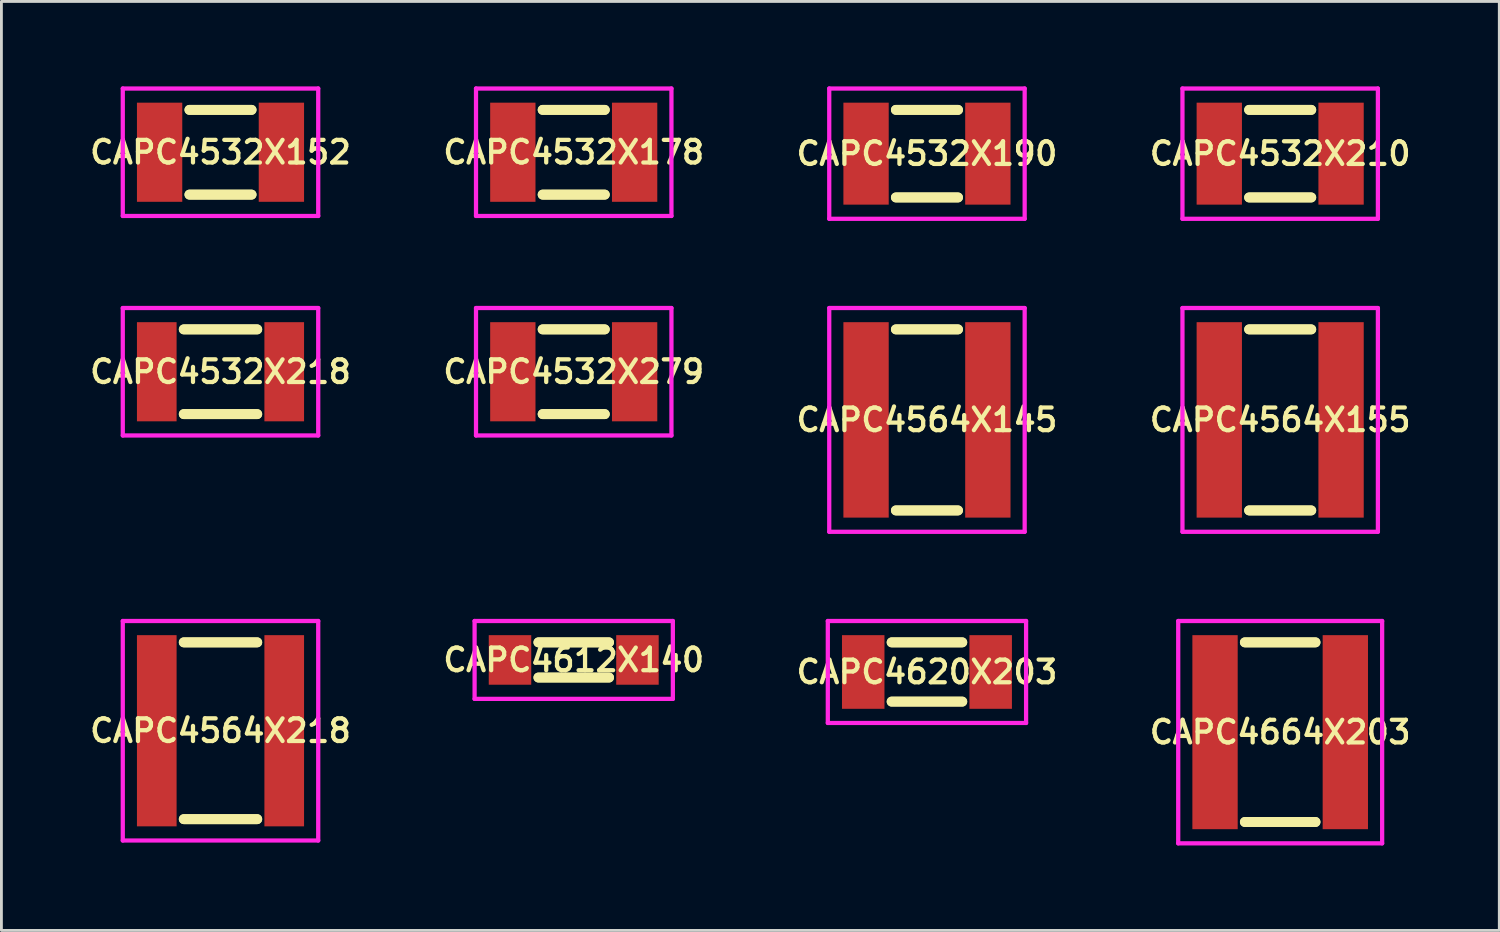
<source format=kicad_pcb>
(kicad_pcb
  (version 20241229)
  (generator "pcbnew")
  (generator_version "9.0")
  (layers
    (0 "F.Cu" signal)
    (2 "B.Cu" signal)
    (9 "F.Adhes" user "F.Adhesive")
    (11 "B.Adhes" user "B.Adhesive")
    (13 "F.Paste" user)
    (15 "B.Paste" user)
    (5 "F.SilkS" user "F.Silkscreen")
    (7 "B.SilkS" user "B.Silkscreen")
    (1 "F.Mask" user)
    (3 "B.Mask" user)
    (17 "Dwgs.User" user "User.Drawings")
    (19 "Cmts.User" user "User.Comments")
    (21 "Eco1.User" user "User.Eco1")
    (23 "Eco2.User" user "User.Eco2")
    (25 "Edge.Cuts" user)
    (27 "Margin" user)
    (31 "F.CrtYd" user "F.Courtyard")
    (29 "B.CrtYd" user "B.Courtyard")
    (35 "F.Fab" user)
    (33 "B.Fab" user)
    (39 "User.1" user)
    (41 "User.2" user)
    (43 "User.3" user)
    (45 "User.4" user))
  (footprint "CAPC4532X210"
    (layer "F.Cu")
    (at 42.148 2.375)
    (property "Reference" "CAPC4532X210" (at 0 0 0) (layer "F.SilkS") (effects (font (size 0.8 0.8) (thickness 0.15))))
    (attr smd)
    (fp_line (start -1.096 -1.546) (end 1.096 -1.546) (stroke (width 0.35) (type solid)) (layer "F.SilkS"))
    (fp_line (start -1.096 1.546) (end 1.096 1.546) (stroke (width 0.35) (type solid)) (layer "F.SilkS"))
    (fp_line (start 1.096 -1.546) (end -1.096 -1.546) (stroke (width 0.35) (type solid)) (layer "F.SilkS"))
    (fp_line (start 1.096 1.546) (end -1.096 1.546) (stroke (width 0.35) (type solid)) (layer "F.SilkS"))
    (fp_line (start -3.45 -2.3) (end 3.45 -2.3) (stroke (width 0.15) (type solid)) (layer "F.CrtYd"))
    (fp_line (start -3.45 2.3) (end -3.45 -2.3) (stroke (width 0.15) (type solid)) (layer "F.CrtYd"))
    (fp_line (start 3.45 -2.3) (end 3.45 2.3) (stroke (width 0.15) (type solid)) (layer "F.CrtYd"))
    (fp_line (start 3.45 2.3) (end -3.45 2.3) (stroke (width 0.15) (type solid)) (layer "F.CrtYd"))
    (pad "1" smd rect (at -2.15 0) (size 1.6 3.6) (layers "F.Cu" "F.Mask" "F.Paste"))
    (pad "2" smd rect (at 2.15 0) (size 1.6 3.6) (layers "F.Cu" "F.Mask" "F.Paste")))
  (footprint "CAPC4564X218"
    (layer "F.Cu")
    (at 4.735 22.75)
    (property "Reference" "CAPC4564X218" (at 0 0 0) (layer "F.SilkS") (effects (font (size 0.8 0.8) (thickness 0.15))))
    (attr smd)
    (fp_line (start -1.296 -3.121) (end 1.296 -3.121) (stroke (width 0.35) (type solid)) (layer "F.SilkS"))
    (fp_line (start -1.296 3.121) (end 1.296 3.121) (stroke (width 0.35) (type solid)) (layer "F.SilkS"))
    (fp_line (start 1.296 -3.121) (end -1.296 -3.121) (stroke (width 0.35) (type solid)) (layer "F.SilkS"))
    (fp_line (start 1.296 3.121) (end -1.296 3.121) (stroke (width 0.35) (type solid)) (layer "F.SilkS"))
    (fp_line (start -3.45 -3.875) (end 3.45 -3.875) (stroke (width 0.15) (type solid)) (layer "F.CrtYd"))
    (fp_line (start -3.45 3.875) (end -3.45 -3.875) (stroke (width 0.15) (type solid)) (layer "F.CrtYd"))
    (fp_line (start 3.45 -3.875) (end 3.45 3.875) (stroke (width 0.15) (type solid)) (layer "F.CrtYd"))
    (fp_line (start 3.45 3.875) (end -3.45 3.875) (stroke (width 0.15) (type solid)) (layer "F.CrtYd"))
    (pad "1" smd rect (at -2.25 0) (size 1.4 6.75) (layers "F.Cu" "F.Mask" "F.Paste"))
    (pad "2" smd rect (at 2.25 0) (size 1.4 6.75) (layers "F.Cu" "F.Mask" "F.Paste")))
  (footprint "CAPC4612X140"
    (layer "F.Cu")
    (at 17.206 20.25)
    (property "Reference" "CAPC4612X140" (at 0 0 0) (layer "F.SilkS") (effects (font (size 0.8 0.8) (thickness 0.15))))
    (attr smd)
    (fp_line (start -1.246 -0.621) (end 1.246 -0.621) (stroke (width 0.35) (type solid)) (layer "F.SilkS"))
    (fp_line (start -1.246 0.621) (end 1.246 0.621) (stroke (width 0.35) (type solid)) (layer "F.SilkS"))
    (fp_line (start 1.246 -0.621) (end -1.246 -0.621) (stroke (width 0.35) (type solid)) (layer "F.SilkS"))
    (fp_line (start 1.246 0.621) (end -1.246 0.621) (stroke (width 0.35) (type solid)) (layer "F.SilkS"))
    (fp_line (start -3.5 -1.375) (end 3.5 -1.375) (stroke (width 0.15) (type solid)) (layer "F.CrtYd"))
    (fp_line (start -3.5 1.375) (end -3.5 -1.375) (stroke (width 0.15) (type solid)) (layer "F.CrtYd"))
    (fp_line (start 3.5 -1.375) (end 3.5 1.375) (stroke (width 0.15) (type solid)) (layer "F.CrtYd"))
    (fp_line (start 3.5 1.375) (end -3.5 1.375) (stroke (width 0.15) (type solid)) (layer "F.CrtYd"))
    (pad "1" smd rect (at -2.25 0) (size 1.5 1.75) (layers "F.Cu" "F.Mask" "F.Paste"))
    (pad "2" smd rect (at 2.25 0) (size 1.5 1.75) (layers "F.Cu" "F.Mask" "F.Paste")))
  (footprint "CAPC4532X279"
    (layer "F.Cu")
    (at 17.206 10.075)
    (property "Reference" "CAPC4532X279" (at 0 0 0) (layer "F.SilkS") (effects (font (size 0.8 0.8) (thickness 0.15))))
    (attr smd)
    (fp_line (start -1.096 -1.496) (end 1.096 -1.496) (stroke (width 0.35) (type solid)) (layer "F.SilkS"))
    (fp_line (start -1.096 1.496) (end 1.096 1.496) (stroke (width 0.35) (type solid)) (layer "F.SilkS"))
    (fp_line (start 1.096 -1.496) (end -1.096 -1.496) (stroke (width 0.35) (type solid)) (layer "F.SilkS"))
    (fp_line (start 1.096 1.496) (end -1.096 1.496) (stroke (width 0.35) (type solid)) (layer "F.SilkS"))
    (fp_line (start -3.45 -2.25) (end 3.45 -2.25) (stroke (width 0.15) (type solid)) (layer "F.CrtYd"))
    (fp_line (start -3.45 2.25) (end -3.45 -2.25) (stroke (width 0.15) (type solid)) (layer "F.CrtYd"))
    (fp_line (start 3.45 -2.25) (end 3.45 2.25) (stroke (width 0.15) (type solid)) (layer "F.CrtYd"))
    (fp_line (start 3.45 2.25) (end -3.45 2.25) (stroke (width 0.15) (type solid)) (layer "F.CrtYd"))
    (pad "1" smd rect (at -2.15 0) (size 1.6 3.5) (layers "F.Cu" "F.Mask" "F.Paste"))
    (pad "2" smd rect (at 2.15 0) (size 1.6 3.5) (layers "F.Cu" "F.Mask" "F.Paste")))
  (footprint "CAPC4532X152"
    (layer "F.Cu")
    (at 4.735 2.325)
    (property "Reference" "CAPC4532X152" (at 0 0 0) (layer "F.SilkS") (effects (font (size 0.8 0.8) (thickness 0.15))))
    (attr smd)
    (fp_line (start -1.096 -1.496) (end 1.096 -1.496) (stroke (width 0.35) (type solid)) (layer "F.SilkS"))
    (fp_line (start -1.096 1.496) (end 1.096 1.496) (stroke (width 0.35) (type solid)) (layer "F.SilkS"))
    (fp_line (start 1.096 -1.496) (end -1.096 -1.496) (stroke (width 0.35) (type solid)) (layer "F.SilkS"))
    (fp_line (start 1.096 1.496) (end -1.096 1.496) (stroke (width 0.35) (type solid)) (layer "F.SilkS"))
    (fp_line (start -3.45 -2.25) (end 3.45 -2.25) (stroke (width 0.15) (type solid)) (layer "F.CrtYd"))
    (fp_line (start -3.45 2.25) (end -3.45 -2.25) (stroke (width 0.15) (type solid)) (layer "F.CrtYd"))
    (fp_line (start 3.45 -2.25) (end 3.45 2.25) (stroke (width 0.15) (type solid)) (layer "F.CrtYd"))
    (fp_line (start 3.45 2.25) (end -3.45 2.25) (stroke (width 0.15) (type solid)) (layer "F.CrtYd"))
    (pad "1" smd rect (at -2.15 0) (size 1.6 3.5) (layers "F.Cu" "F.Mask" "F.Paste"))
    (pad "2" smd rect (at 2.15 0) (size 1.6 3.5) (layers "F.Cu" "F.Mask" "F.Paste")))
  (footprint "CAPC4532X178"
    (layer "F.Cu")
    (at 17.206 2.325)
    (property "Reference" "CAPC4532X178" (at 0 0 0) (layer "F.SilkS") (effects (font (size 0.8 0.8) (thickness 0.15))))
    (attr smd)
    (fp_line (start -1.096 -1.496) (end 1.096 -1.496) (stroke (width 0.35) (type solid)) (layer "F.SilkS"))
    (fp_line (start -1.096 1.496) (end 1.096 1.496) (stroke (width 0.35) (type solid)) (layer "F.SilkS"))
    (fp_line (start 1.096 -1.496) (end -1.096 -1.496) (stroke (width 0.35) (type solid)) (layer "F.SilkS"))
    (fp_line (start 1.096 1.496) (end -1.096 1.496) (stroke (width 0.35) (type solid)) (layer "F.SilkS"))
    (fp_line (start -3.45 -2.25) (end 3.45 -2.25) (stroke (width 0.15) (type solid)) (layer "F.CrtYd"))
    (fp_line (start -3.45 2.25) (end -3.45 -2.25) (stroke (width 0.15) (type solid)) (layer "F.CrtYd"))
    (fp_line (start 3.45 -2.25) (end 3.45 2.25) (stroke (width 0.15) (type solid)) (layer "F.CrtYd"))
    (fp_line (start 3.45 2.25) (end -3.45 2.25) (stroke (width 0.15) (type solid)) (layer "F.CrtYd"))
    (pad "1" smd rect (at -2.15 0) (size 1.6 3.5) (layers "F.Cu" "F.Mask" "F.Paste"))
    (pad "2" smd rect (at 2.15 0) (size 1.6 3.5) (layers "F.Cu" "F.Mask" "F.Paste")))
  (footprint "CAPC4532X190"
    (layer "F.Cu")
    (at 29.677 2.375)
    (property "Reference" "CAPC4532X190" (at 0 0 0) (layer "F.SilkS") (effects (font (size 0.8 0.8) (thickness 0.15))))
    (attr smd)
    (fp_line (start -1.096 -1.546) (end 1.096 -1.546) (stroke (width 0.35) (type solid)) (layer "F.SilkS"))
    (fp_line (start -1.096 1.546) (end 1.096 1.546) (stroke (width 0.35) (type solid)) (layer "F.SilkS"))
    (fp_line (start 1.096 -1.546) (end -1.096 -1.546) (stroke (width 0.35) (type solid)) (layer "F.SilkS"))
    (fp_line (start 1.096 1.546) (end -1.096 1.546) (stroke (width 0.35) (type solid)) (layer "F.SilkS"))
    (fp_line (start -3.45 -2.3) (end 3.45 -2.3) (stroke (width 0.15) (type solid)) (layer "F.CrtYd"))
    (fp_line (start -3.45 2.3) (end -3.45 -2.3) (stroke (width 0.15) (type solid)) (layer "F.CrtYd"))
    (fp_line (start 3.45 -2.3) (end 3.45 2.3) (stroke (width 0.15) (type solid)) (layer "F.CrtYd"))
    (fp_line (start 3.45 2.3) (end -3.45 2.3) (stroke (width 0.15) (type solid)) (layer "F.CrtYd"))
    (pad "1" smd rect (at -2.15 0) (size 1.6 3.6) (layers "F.Cu" "F.Mask" "F.Paste"))
    (pad "2" smd rect (at 2.15 0) (size 1.6 3.6) (layers "F.Cu" "F.Mask" "F.Paste")))
  (footprint "CAPC4664X203"
    (layer "F.Cu")
    (at 42.148 22.8)
    (property "Reference" "CAPC4664X203" (at 0 0 0) (layer "F.SilkS") (effects (font (size 0.8 0.8) (thickness 0.15))))
    (attr smd)
    (fp_line (start -1.246 -3.171) (end 1.246 -3.171) (stroke (width 0.35) (type solid)) (layer "F.SilkS"))
    (fp_line (start -1.246 3.171) (end 1.246 3.171) (stroke (width 0.35) (type solid)) (layer "F.SilkS"))
    (fp_line (start 1.246 -3.171) (end -1.246 -3.171) (stroke (width 0.35) (type solid)) (layer "F.SilkS"))
    (fp_line (start 1.246 3.171) (end -1.246 3.171) (stroke (width 0.35) (type solid)) (layer "F.SilkS"))
    (fp_line (start -3.6 -3.925) (end 3.6 -3.925) (stroke (width 0.15) (type solid)) (layer "F.CrtYd"))
    (fp_line (start -3.6 3.925) (end -3.6 -3.925) (stroke (width 0.15) (type solid)) (layer "F.CrtYd"))
    (fp_line (start 3.6 -3.925) (end 3.6 3.925) (stroke (width 0.15) (type solid)) (layer "F.CrtYd"))
    (fp_line (start 3.6 3.925) (end -3.6 3.925) (stroke (width 0.15) (type solid)) (layer "F.CrtYd"))
    (pad "1" smd rect (at -2.3 0) (size 1.6 6.85) (layers "F.Cu" "F.Mask" "F.Paste"))
    (pad "2" smd rect (at 2.3 0) (size 1.6 6.85) (layers "F.Cu" "F.Mask" "F.Paste")))
  (footprint "CAPC4532X218"
    (layer "F.Cu")
    (at 4.735 10.075)
    (property "Reference" "CAPC4532X218" (at 0 0 0) (layer "F.SilkS") (effects (font (size 0.8 0.8) (thickness 0.15))))
    (attr smd)
    (fp_line (start -1.296 -1.496) (end 1.296 -1.496) (stroke (width 0.35) (type solid)) (layer "F.SilkS"))
    (fp_line (start -1.296 1.496) (end 1.296 1.496) (stroke (width 0.35) (type solid)) (layer "F.SilkS"))
    (fp_line (start 1.296 -1.496) (end -1.296 -1.496) (stroke (width 0.35) (type solid)) (layer "F.SilkS"))
    (fp_line (start 1.296 1.496) (end -1.296 1.496) (stroke (width 0.35) (type solid)) (layer "F.SilkS"))
    (fp_line (start -3.45 -2.25) (end 3.45 -2.25) (stroke (width 0.15) (type solid)) (layer "F.CrtYd"))
    (fp_line (start -3.45 2.25) (end -3.45 -2.25) (stroke (width 0.15) (type solid)) (layer "F.CrtYd"))
    (fp_line (start 3.45 -2.25) (end 3.45 2.25) (stroke (width 0.15) (type solid)) (layer "F.CrtYd"))
    (fp_line (start 3.45 2.25) (end -3.45 2.25) (stroke (width 0.15) (type solid)) (layer "F.CrtYd"))
    (pad "1" smd rect (at -2.25 0) (size 1.4 3.5) (layers "F.Cu" "F.Mask" "F.Paste"))
    (pad "2" smd rect (at 2.25 0) (size 1.4 3.5) (layers "F.Cu" "F.Mask" "F.Paste")))
  (footprint "CAPC4620X203"
    (layer "F.Cu")
    (at 29.677 20.675)
    (property "Reference" "CAPC4620X203" (at 0 0 0) (layer "F.SilkS") (effects (font (size 0.8 0.8) (thickness 0.15))))
    (attr smd)
    (fp_line (start -1.246 -1.046) (end 1.246 -1.046) (stroke (width 0.35) (type solid)) (layer "F.SilkS"))
    (fp_line (start -1.246 1.046) (end 1.246 1.046) (stroke (width 0.35) (type solid)) (layer "F.SilkS"))
    (fp_line (start 1.246 -1.046) (end -1.246 -1.046) (stroke (width 0.35) (type solid)) (layer "F.SilkS"))
    (fp_line (start 1.246 1.046) (end -1.246 1.046) (stroke (width 0.35) (type solid)) (layer "F.SilkS"))
    (fp_line (start -3.5 -1.8) (end 3.5 -1.8) (stroke (width 0.15) (type solid)) (layer "F.CrtYd"))
    (fp_line (start -3.5 1.8) (end -3.5 -1.8) (stroke (width 0.15) (type solid)) (layer "F.CrtYd"))
    (fp_line (start 3.5 -1.8) (end 3.5 1.8) (stroke (width 0.15) (type solid)) (layer "F.CrtYd"))
    (fp_line (start 3.5 1.8) (end -3.5 1.8) (stroke (width 0.15) (type solid)) (layer "F.CrtYd"))
    (pad "1" smd rect (at -2.25 0) (size 1.5 2.6) (layers "F.Cu" "F.Mask" "F.Paste"))
    (pad "2" smd rect (at 2.25 0) (size 1.5 2.6) (layers "F.Cu" "F.Mask" "F.Paste")))
  (footprint "CAPC4564X155"
    (layer "F.Cu")
    (at 42.148 11.775)
    (property "Reference" "CAPC4564X155" (at 0 0 0) (layer "F.SilkS") (effects (font (size 0.8 0.8) (thickness 0.15))))
    (attr smd)
    (fp_line (start -1.096 -3.196) (end 1.096 -3.196) (stroke (width 0.35) (type solid)) (layer "F.SilkS"))
    (fp_line (start -1.096 3.196) (end 1.096 3.196) (stroke (width 0.35) (type solid)) (layer "F.SilkS"))
    (fp_line (start 1.096 -3.196) (end -1.096 -3.196) (stroke (width 0.35) (type solid)) (layer "F.SilkS"))
    (fp_line (start 1.096 3.196) (end -1.096 3.196) (stroke (width 0.35) (type solid)) (layer "F.SilkS"))
    (fp_line (start -3.45 -3.95) (end 3.45 -3.95) (stroke (width 0.15) (type solid)) (layer "F.CrtYd"))
    (fp_line (start -3.45 3.95) (end -3.45 -3.95) (stroke (width 0.15) (type solid)) (layer "F.CrtYd"))
    (fp_line (start 3.45 -3.95) (end 3.45 3.95) (stroke (width 0.15) (type solid)) (layer "F.CrtYd"))
    (fp_line (start 3.45 3.95) (end -3.45 3.95) (stroke (width 0.15) (type solid)) (layer "F.CrtYd"))
    (pad "1" smd rect (at -2.15 0) (size 1.6 6.9) (layers "F.Cu" "F.Mask" "F.Paste"))
    (pad "2" smd rect (at 2.15 0) (size 1.6 6.9) (layers "F.Cu" "F.Mask" "F.Paste")))
  (footprint "CAPC4564X145"
    (layer "F.Cu")
    (at 29.677 11.775)
    (property "Reference" "CAPC4564X145" (at 0 0 0) (layer "F.SilkS") (effects (font (size 0.8 0.8) (thickness 0.15))))
    (attr smd)
    (fp_line (start -1.096 -3.196) (end 1.096 -3.196) (stroke (width 0.35) (type solid)) (layer "F.SilkS"))
    (fp_line (start -1.096 3.196) (end 1.096 3.196) (stroke (width 0.35) (type solid)) (layer "F.SilkS"))
    (fp_line (start 1.096 -3.196) (end -1.096 -3.196) (stroke (width 0.35) (type solid)) (layer "F.SilkS"))
    (fp_line (start 1.096 3.196) (end -1.096 3.196) (stroke (width 0.35) (type solid)) (layer "F.SilkS"))
    (fp_line (start -3.45 -3.95) (end 3.45 -3.95) (stroke (width 0.15) (type solid)) (layer "F.CrtYd"))
    (fp_line (start -3.45 3.95) (end -3.45 -3.95) (stroke (width 0.15) (type solid)) (layer "F.CrtYd"))
    (fp_line (start 3.45 -3.95) (end 3.45 3.95) (stroke (width 0.15) (type solid)) (layer "F.CrtYd"))
    (fp_line (start 3.45 3.95) (end -3.45 3.95) (stroke (width 0.15) (type solid)) (layer "F.CrtYd"))
    (pad "1" smd rect (at -2.15 0) (size 1.6 6.9) (layers "F.Cu" "F.Mask" "F.Paste"))
    (pad "2" smd rect (at 2.15 0) (size 1.6 6.9) (layers "F.Cu" "F.Mask" "F.Paste")))
  (gr_rect
    (start -3 -3)
    (end 49.884 29.8)
    (stroke (width 0.1) (type default))
    (fill no)
    (layer "Edge.Cuts")))
</source>
